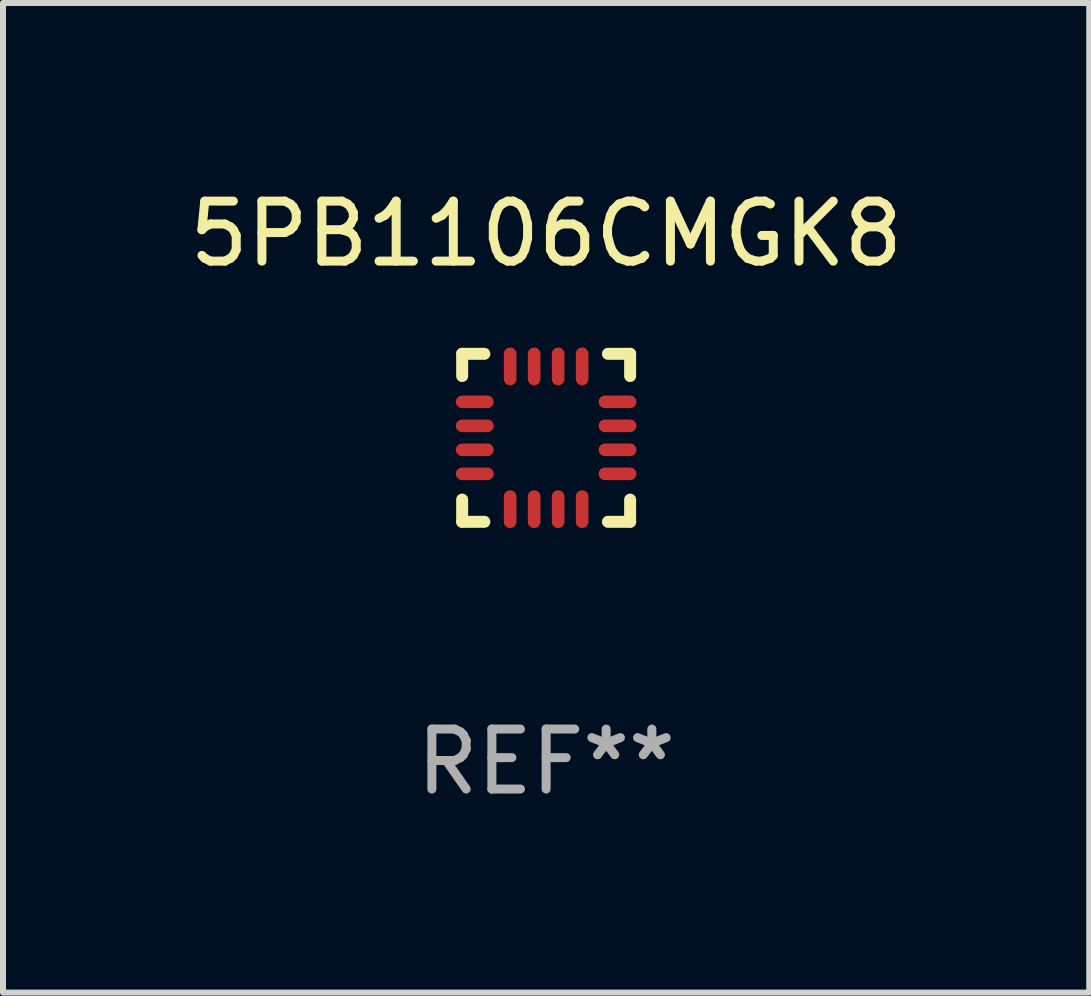
<source format=kicad_pcb>
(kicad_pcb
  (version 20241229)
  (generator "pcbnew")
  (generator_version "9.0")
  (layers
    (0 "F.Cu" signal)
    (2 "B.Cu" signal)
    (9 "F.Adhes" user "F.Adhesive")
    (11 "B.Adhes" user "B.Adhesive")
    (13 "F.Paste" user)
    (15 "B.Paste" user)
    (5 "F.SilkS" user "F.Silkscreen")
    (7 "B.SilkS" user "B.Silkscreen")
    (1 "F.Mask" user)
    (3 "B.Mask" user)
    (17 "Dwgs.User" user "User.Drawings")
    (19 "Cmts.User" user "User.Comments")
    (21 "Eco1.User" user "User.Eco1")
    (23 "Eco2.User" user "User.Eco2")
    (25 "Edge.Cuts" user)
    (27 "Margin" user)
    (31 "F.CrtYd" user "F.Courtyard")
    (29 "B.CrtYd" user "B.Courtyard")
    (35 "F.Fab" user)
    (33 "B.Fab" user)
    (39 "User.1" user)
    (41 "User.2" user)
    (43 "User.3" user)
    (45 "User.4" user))
  (footprint "5PB1106CMGK8"
    (layer "F.Cu")
    (at 6.054 4.248)
    (property "Reference" "5PB1106CMGK8" (at 0 -3.4 0) (layer "F.SilkS") (effects (font (size 1 1) (thickness 0.15))))
    (attr through_hole)
    (fp_line (start -1.4 -1.4) (end -1.03 -1.4) (stroke (width 0.2) (type solid)) (layer "F.SilkS"))
    (fp_line (start -1.4 -1.03) (end -1.4 -1.4) (stroke (width 0.2) (type solid)) (layer "F.SilkS"))
    (fp_line (start -1.4 1.4) (end -1.4 1.03) (stroke (width 0.2) (type solid)) (layer "F.SilkS"))
    (fp_line (start -1.03 1.4) (end -1.4 1.4) (stroke (width 0.2) (type solid)) (layer "F.SilkS"))
    (fp_line (start 1.03 1.4) (end 1.4 1.4) (stroke (width 0.2) (type solid)) (layer "F.SilkS"))
    (fp_line (start 1.4 -1.4) (end 1.03 -1.4) (stroke (width 0.2) (type solid)) (layer "F.SilkS"))
    (fp_line (start 1.4 -1.03) (end 1.4 -1.4) (stroke (width 0.2) (type solid)) (layer "F.SilkS"))
    (fp_line (start 1.4 1.4) (end 1.4 1.03) (stroke (width 0.2) (type solid)) (layer "F.SilkS"))
    (fp_text user "REF**" (at 0 5.4 0) (layer "F.Fab") (effects (font (size 1 1) (thickness 0.15))))
    (pad "1" smd oval (at -1.19 -0.6 270) (size 0.21 0.63) (layers "F.Cu" "F.Mask" "F.Paste"))
    (pad "2" smd oval (at -1.19 -0.2 270) (size 0.21 0.63) (layers "F.Cu" "F.Mask" "F.Paste"))
    (pad "3" smd oval (at -1.19 0.2 270) (size 0.21 0.63) (layers "F.Cu" "F.Mask" "F.Paste"))
    (pad "4" smd oval (at -1.19 0.6 270) (size 0.21 0.63) (layers "F.Cu" "F.Mask" "F.Paste"))
    (pad "5" smd oval (at -0.6 1.19) (size 0.21 0.63) (layers "F.Cu" "F.Mask" "F.Paste"))
    (pad "6" smd oval (at -0.2 1.19) (size 0.21 0.63) (layers "F.Cu" "F.Mask" "F.Paste"))
    (pad "7" smd oval (at 0.2 1.19) (size 0.21 0.63) (layers "F.Cu" "F.Mask" "F.Paste"))
    (pad "8" smd oval (at 0.6 1.19) (size 0.21 0.63) (layers "F.Cu" "F.Mask" "F.Paste"))
    (pad "9" smd oval (at 1.19 0.6 90) (size 0.21 0.63) (layers "F.Cu" "F.Mask" "F.Paste"))
    (pad "10" smd oval (at 1.19 0.2 90) (size 0.21 0.63) (layers "F.Cu" "F.Mask" "F.Paste"))
    (pad "11" smd oval (at 1.19 -0.2 90) (size 0.21 0.63) (layers "F.Cu" "F.Mask" "F.Paste"))
    (pad "12" smd oval (at 1.19 -0.6 90) (size 0.21 0.63) (layers "F.Cu" "F.Mask" "F.Paste"))
    (pad "13" smd oval (at 0.6 -1.19) (size 0.21 0.63) (layers "F.Cu" "F.Mask" "F.Paste"))
    (pad "14" smd oval (at 0.2 -1.19) (size 0.21 0.63) (layers "F.Cu" "F.Mask" "F.Paste"))
    (pad "15" smd oval (at -0.2 -1.19) (size 0.21 0.63) (layers "F.Cu" "F.Mask" "F.Paste"))
    (pad "16" smd oval (at -0.6 -1.19) (size 0.21 0.63) (layers "F.Cu" "F.Mask" "F.Paste")))
  (gr_rect
    (start -3 -3)
    (end 15.107 13.496)
    (stroke (width 0.1) (type default))
    (fill no)
    (layer "Edge.Cuts")))
</source>
